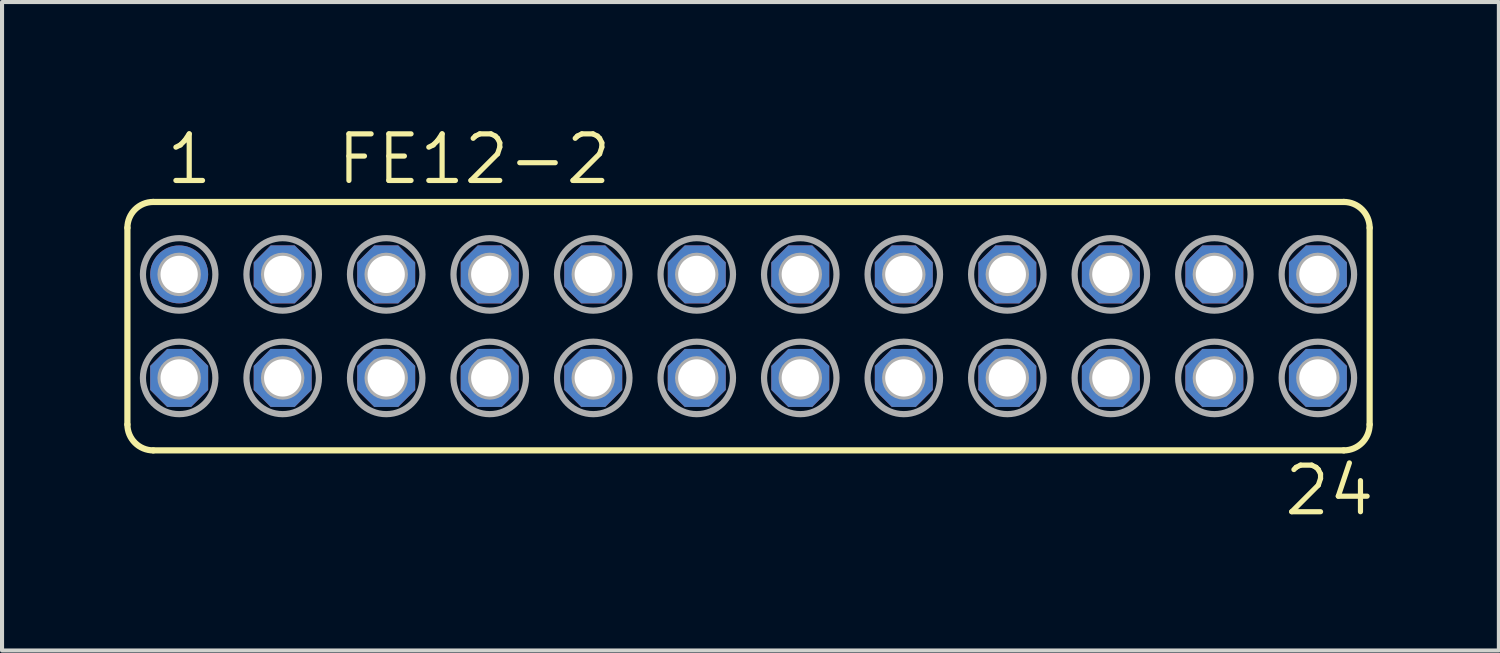
<source format=kicad_pcb>
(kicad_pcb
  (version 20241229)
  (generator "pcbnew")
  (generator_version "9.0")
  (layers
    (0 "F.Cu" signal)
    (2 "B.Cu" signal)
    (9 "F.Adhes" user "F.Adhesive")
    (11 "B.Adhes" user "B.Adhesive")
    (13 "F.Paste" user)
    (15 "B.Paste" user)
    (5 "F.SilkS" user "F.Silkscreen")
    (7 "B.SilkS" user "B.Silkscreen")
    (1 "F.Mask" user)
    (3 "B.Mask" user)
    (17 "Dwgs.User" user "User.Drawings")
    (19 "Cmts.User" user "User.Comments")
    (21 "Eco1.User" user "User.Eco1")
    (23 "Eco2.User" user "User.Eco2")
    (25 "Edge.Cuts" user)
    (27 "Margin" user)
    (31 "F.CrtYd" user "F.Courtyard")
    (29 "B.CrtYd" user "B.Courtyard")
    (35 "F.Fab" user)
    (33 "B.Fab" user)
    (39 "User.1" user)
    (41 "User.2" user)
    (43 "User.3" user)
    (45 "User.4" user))
  (footprint "FE12-2"
    (layer "F.Cu")
    (at 15.316 4.953)
    (property "Reference" "FE12-2" (at -10.16 -3.429 0) (unlocked yes) (layer "F.SilkS") (effects (font (size 1.143 1.143) (thickness 0.127)) (justify left bottom)))
    (fp_line (start -15.24 2.413) (end -15.24 -2.413) (stroke (width 0.152) (type solid)) (layer "F.SilkS"))
    (fp_line (start -14.605 -3.048) (end 14.605 -3.048) (stroke (width 0.152) (type solid)) (layer "F.SilkS"))
    (fp_line (start -14.605 3.048) (end 14.605 3.048) (stroke (width 0.152) (type solid)) (layer "F.SilkS"))
    (fp_line (start 15.24 2.413) (end 15.24 -2.413) (stroke (width 0.152) (type solid)) (layer "F.SilkS"))
    (fp_arc (start -15.24 -2.413) (mid -15.054013 -2.862013) (end -14.605 -3.048) (stroke (width 0.1524) (type solid)) (layer "F.SilkS"))
    (fp_arc (start -14.605 3.048) (mid -15.054013 2.862013) (end -15.24 2.413) (stroke (width 0.1524) (type solid)) (layer "F.SilkS"))
    (fp_arc (start 14.605 -3.048) (mid 15.054013 -2.862013) (end 15.24 -2.413) (stroke (width 0.1524) (type solid)) (layer "F.SilkS"))
    (fp_arc (start 15.24 2.413) (mid 15.054013 2.862013) (end 14.605 3.048) (stroke (width 0.1524) (type solid)) (layer "F.SilkS"))
    (fp_circle (center -13.97 -1.27) (end -13.843 -1.27) (stroke (width 0.406) (type solid)) (fill no) (layer "F.Fab"))
    (fp_circle (center -13.97 -1.27) (end -13.081 -1.27) (stroke (width 0.152) (type solid)) (fill no) (layer "F.Fab"))
    (fp_circle (center -13.97 1.27) (end -13.843 1.27) (stroke (width 0.406) (type solid)) (fill no) (layer "F.Fab"))
    (fp_circle (center -13.97 1.27) (end -13.081 1.27) (stroke (width 0.152) (type solid)) (fill no) (layer "F.Fab"))
    (fp_circle (center -11.43 -1.27) (end -11.303 -1.27) (stroke (width 0.406) (type solid)) (fill no) (layer "F.Fab"))
    (fp_circle (center -11.43 -1.27) (end -10.541 -1.27) (stroke (width 0.152) (type solid)) (fill no) (layer "F.Fab"))
    (fp_circle (center -11.43 1.27) (end -11.303 1.27) (stroke (width 0.406) (type solid)) (fill no) (layer "F.Fab"))
    (fp_circle (center -11.43 1.27) (end -10.541 1.27) (stroke (width 0.152) (type solid)) (fill no) (layer "F.Fab"))
    (fp_circle (center -8.89 -1.27) (end -8.763 -1.27) (stroke (width 0.406) (type solid)) (fill no) (layer "F.Fab"))
    (fp_circle (center -8.89 -1.27) (end -8.001 -1.27) (stroke (width 0.152) (type solid)) (fill no) (layer "F.Fab"))
    (fp_circle (center -8.89 1.27) (end -8.763 1.27) (stroke (width 0.406) (type solid)) (fill no) (layer "F.Fab"))
    (fp_circle (center -8.89 1.27) (end -8.001 1.27) (stroke (width 0.152) (type solid)) (fill no) (layer "F.Fab"))
    (fp_circle (center -6.35 -1.27) (end -6.223 -1.27) (stroke (width 0.406) (type solid)) (fill no) (layer "F.Fab"))
    (fp_circle (center -6.35 -1.27) (end -5.461 -1.27) (stroke (width 0.152) (type solid)) (fill no) (layer "F.Fab"))
    (fp_circle (center -6.35 1.27) (end -6.223 1.27) (stroke (width 0.406) (type solid)) (fill no) (layer "F.Fab"))
    (fp_circle (center -6.35 1.27) (end -5.461 1.27) (stroke (width 0.152) (type solid)) (fill no) (layer "F.Fab"))
    (fp_circle (center -3.81 -1.27) (end -3.683 -1.27) (stroke (width 0.406) (type solid)) (fill no) (layer "F.Fab"))
    (fp_circle (center -3.81 -1.27) (end -2.921 -1.27) (stroke (width 0.152) (type solid)) (fill no) (layer "F.Fab"))
    (fp_circle (center -3.81 1.27) (end -3.683 1.27) (stroke (width 0.406) (type solid)) (fill no) (layer "F.Fab"))
    (fp_circle (center -3.81 1.27) (end -2.921 1.27) (stroke (width 0.152) (type solid)) (fill no) (layer "F.Fab"))
    (fp_circle (center -1.27 -1.27) (end -1.143 -1.27) (stroke (width 0.406) (type solid)) (fill no) (layer "F.Fab"))
    (fp_circle (center -1.27 -1.27) (end -0.381 -1.27) (stroke (width 0.152) (type solid)) (fill no) (layer "F.Fab"))
    (fp_circle (center -1.27 1.27) (end -1.143 1.27) (stroke (width 0.406) (type solid)) (fill no) (layer "F.Fab"))
    (fp_circle (center -1.27 1.27) (end -0.381 1.27) (stroke (width 0.152) (type solid)) (fill no) (layer "F.Fab"))
    (fp_circle (center 1.27 -1.27) (end 1.397 -1.27) (stroke (width 0.406) (type solid)) (fill no) (layer "F.Fab"))
    (fp_circle (center 1.27 -1.27) (end 2.159 -1.27) (stroke (width 0.152) (type solid)) (fill no) (layer "F.Fab"))
    (fp_circle (center 1.27 1.27) (end 1.397 1.27) (stroke (width 0.406) (type solid)) (fill no) (layer "F.Fab"))
    (fp_circle (center 1.27 1.27) (end 2.159 1.27) (stroke (width 0.152) (type solid)) (fill no) (layer "F.Fab"))
    (fp_circle (center 3.81 -1.27) (end 3.937 -1.27) (stroke (width 0.406) (type solid)) (fill no) (layer "F.Fab"))
    (fp_circle (center 3.81 -1.27) (end 4.699 -1.27) (stroke (width 0.152) (type solid)) (fill no) (layer "F.Fab"))
    (fp_circle (center 3.81 1.27) (end 3.937 1.27) (stroke (width 0.406) (type solid)) (fill no) (layer "F.Fab"))
    (fp_circle (center 3.81 1.27) (end 4.699 1.27) (stroke (width 0.152) (type solid)) (fill no) (layer "F.Fab"))
    (fp_circle (center 6.35 -1.27) (end 6.477 -1.27) (stroke (width 0.406) (type solid)) (fill no) (layer "F.Fab"))
    (fp_circle (center 6.35 -1.27) (end 7.239 -1.27) (stroke (width 0.152) (type solid)) (fill no) (layer "F.Fab"))
    (fp_circle (center 6.35 1.27) (end 6.477 1.27) (stroke (width 0.406) (type solid)) (fill no) (layer "F.Fab"))
    (fp_circle (center 6.35 1.27) (end 7.239 1.27) (stroke (width 0.152) (type solid)) (fill no) (layer "F.Fab"))
    (fp_circle (center 8.89 -1.27) (end 9.017 -1.27) (stroke (width 0.406) (type solid)) (fill no) (layer "F.Fab"))
    (fp_circle (center 8.89 -1.27) (end 9.779 -1.27) (stroke (width 0.152) (type solid)) (fill no) (layer "F.Fab"))
    (fp_circle (center 8.89 1.27) (end 9.017 1.27) (stroke (width 0.406) (type solid)) (fill no) (layer "F.Fab"))
    (fp_circle (center 8.89 1.27) (end 9.779 1.27) (stroke (width 0.152) (type solid)) (fill no) (layer "F.Fab"))
    (fp_circle (center 11.43 -1.27) (end 11.557 -1.27) (stroke (width 0.406) (type solid)) (fill no) (layer "F.Fab"))
    (fp_circle (center 11.43 -1.27) (end 12.319 -1.27) (stroke (width 0.152) (type solid)) (fill no) (layer "F.Fab"))
    (fp_circle (center 11.43 1.27) (end 11.557 1.27) (stroke (width 0.406) (type solid)) (fill no) (layer "F.Fab"))
    (fp_circle (center 11.43 1.27) (end 12.319 1.27) (stroke (width 0.152) (type solid)) (fill no) (layer "F.Fab"))
    (fp_circle (center 13.97 -1.27) (end 14.097 -1.27) (stroke (width 0.406) (type solid)) (fill no) (layer "F.Fab"))
    (fp_circle (center 13.97 -1.27) (end 14.859 -1.27) (stroke (width 0.152) (type solid)) (fill no) (layer "F.Fab"))
    (fp_circle (center 13.97 1.27) (end 14.097 1.27) (stroke (width 0.406) (type solid)) (fill no) (layer "F.Fab"))
    (fp_circle (center 13.97 1.27) (end 14.859 1.27) (stroke (width 0.152) (type solid)) (fill no) (layer "F.Fab"))
    (fp_text user "24" (at 13.081 4.699 0) (unlocked yes) (layer "F.SilkS") (effects (font (size 1.143 1.143) (thickness 0.127)) (justify left bottom)))
    (fp_text user "1" (at -14.351 -3.429 0) (unlocked yes) (layer "F.SilkS") (effects (font (size 1.143 1.143) (thickness 0.127)) (justify left bottom)))
    (pad "1" thru_hole circle (at -13.97 -1.27) (size 1.422 1.422) (drill 0.914) (layers "*.Cu" "*.Mask"))
    (pad "2" thru_hole roundrect (at -13.97 1.27) (size 1.422 1.422) (drill 0.914) (layers "*.Cu" "*.Mask") (roundrect_rratio 0.25) (chamfer_ratio 0.293) (chamfer top_left top_right bottom_left bottom_right))
    (pad "3" thru_hole roundrect (at -11.43 -1.27) (size 1.422 1.422) (drill 0.914) (layers "*.Cu" "*.Mask") (roundrect_rratio 0.25) (chamfer_ratio 0.293) (chamfer top_left top_right bottom_left bottom_right))
    (pad "4" thru_hole roundrect (at -11.43 1.27) (size 1.422 1.422) (drill 0.914) (layers "*.Cu" "*.Mask") (roundrect_rratio 0.25) (chamfer_ratio 0.293) (chamfer top_left top_right bottom_left bottom_right))
    (pad "5" thru_hole roundrect (at -8.89 -1.27) (size 1.422 1.422) (drill 0.914) (layers "*.Cu" "*.Mask") (roundrect_rratio 0.25) (chamfer_ratio 0.293) (chamfer top_left top_right bottom_left bottom_right))
    (pad "6" thru_hole roundrect (at -8.89 1.27) (size 1.422 1.422) (drill 0.914) (layers "*.Cu" "*.Mask") (roundrect_rratio 0.25) (chamfer_ratio 0.293) (chamfer top_left top_right bottom_left bottom_right))
    (pad "7" thru_hole roundrect (at -6.35 -1.27) (size 1.422 1.422) (drill 0.914) (layers "*.Cu" "*.Mask") (roundrect_rratio 0.25) (chamfer_ratio 0.293) (chamfer top_left top_right bottom_left bottom_right))
    (pad "8" thru_hole roundrect (at -6.35 1.27) (size 1.422 1.422) (drill 0.914) (layers "*.Cu" "*.Mask") (roundrect_rratio 0.25) (chamfer_ratio 0.293) (chamfer top_left top_right bottom_left bottom_right))
    (pad "9" thru_hole roundrect (at -3.81 -1.27) (size 1.422 1.422) (drill 0.914) (layers "*.Cu" "*.Mask") (roundrect_rratio 0.25) (chamfer_ratio 0.293) (chamfer top_left top_right bottom_left bottom_right))
    (pad "10" thru_hole roundrect (at -3.81 1.27) (size 1.422 1.422) (drill 0.914) (layers "*.Cu" "*.Mask") (roundrect_rratio 0.25) (chamfer_ratio 0.293) (chamfer top_left top_right bottom_left bottom_right))
    (pad "11" thru_hole roundrect (at -1.27 -1.27) (size 1.422 1.422) (drill 0.914) (layers "*.Cu" "*.Mask") (roundrect_rratio 0.25) (chamfer_ratio 0.293) (chamfer top_left top_right bottom_left bottom_right))
    (pad "12" thru_hole roundrect (at -1.27 1.27) (size 1.422 1.422) (drill 0.914) (layers "*.Cu" "*.Mask") (roundrect_rratio 0.25) (chamfer_ratio 0.293) (chamfer top_left top_right bottom_left bottom_right))
    (pad "13" thru_hole roundrect (at 1.27 -1.27) (size 1.422 1.422) (drill 0.914) (layers "*.Cu" "*.Mask") (roundrect_rratio 0.25) (chamfer_ratio 0.293) (chamfer top_left top_right bottom_left bottom_right))
    (pad "14" thru_hole roundrect (at 1.27 1.27) (size 1.422 1.422) (drill 0.914) (layers "*.Cu" "*.Mask") (roundrect_rratio 0.25) (chamfer_ratio 0.293) (chamfer top_left top_right bottom_left bottom_right))
    (pad "15" thru_hole roundrect (at 3.81 -1.27) (size 1.422 1.422) (drill 0.914) (layers "*.Cu" "*.Mask") (roundrect_rratio 0.25) (chamfer_ratio 0.293) (chamfer top_left top_right bottom_left bottom_right))
    (pad "16" thru_hole roundrect (at 3.81 1.27) (size 1.422 1.422) (drill 0.914) (layers "*.Cu" "*.Mask") (roundrect_rratio 0.25) (chamfer_ratio 0.293) (chamfer top_left top_right bottom_left bottom_right))
    (pad "17" thru_hole roundrect (at 6.35 -1.27) (size 1.422 1.422) (drill 0.914) (layers "*.Cu" "*.Mask") (roundrect_rratio 0.25) (chamfer_ratio 0.293) (chamfer top_left top_right bottom_left bottom_right))
    (pad "18" thru_hole roundrect (at 6.35 1.27) (size 1.422 1.422) (drill 0.914) (layers "*.Cu" "*.Mask") (roundrect_rratio 0.25) (chamfer_ratio 0.293) (chamfer top_left top_right bottom_left bottom_right))
    (pad "19" thru_hole roundrect (at 8.89 -1.27) (size 1.422 1.422) (drill 0.914) (layers "*.Cu" "*.Mask") (roundrect_rratio 0.25) (chamfer_ratio 0.293) (chamfer top_left top_right bottom_left bottom_right))
    (pad "20" thru_hole roundrect (at 8.89 1.27) (size 1.422 1.422) (drill 0.914) (layers "*.Cu" "*.Mask") (roundrect_rratio 0.25) (chamfer_ratio 0.293) (chamfer top_left top_right bottom_left bottom_right))
    (pad "21" thru_hole roundrect (at 11.43 -1.27) (size 1.422 1.422) (drill 0.914) (layers "*.Cu" "*.Mask") (roundrect_rratio 0.25) (chamfer_ratio 0.293) (chamfer top_left top_right bottom_left bottom_right))
    (pad "22" thru_hole roundrect (at 11.43 1.27) (size 1.422 1.422) (drill 0.914) (layers "*.Cu" "*.Mask") (roundrect_rratio 0.25) (chamfer_ratio 0.293) (chamfer top_left top_right bottom_left bottom_right))
    (pad "23" thru_hole roundrect (at 13.97 -1.27) (size 1.422 1.422) (drill 0.914) (layers "*.Cu" "*.Mask") (roundrect_rratio 0.25) (chamfer_ratio 0.293) (chamfer top_left top_right bottom_left bottom_right))
    (pad "24" thru_hole roundrect (at 13.97 1.27) (size 1.422 1.422) (drill 0.914) (layers "*.Cu" "*.Mask") (roundrect_rratio 0.25) (chamfer_ratio 0.293) (chamfer top_left top_right bottom_left bottom_right)))
  (gr_rect
    (start -3 -3)
    (end 33.727 12.911)
    (stroke (width 0.1) (type default))
    (fill no)
    (layer "Edge.Cuts")))
</source>
